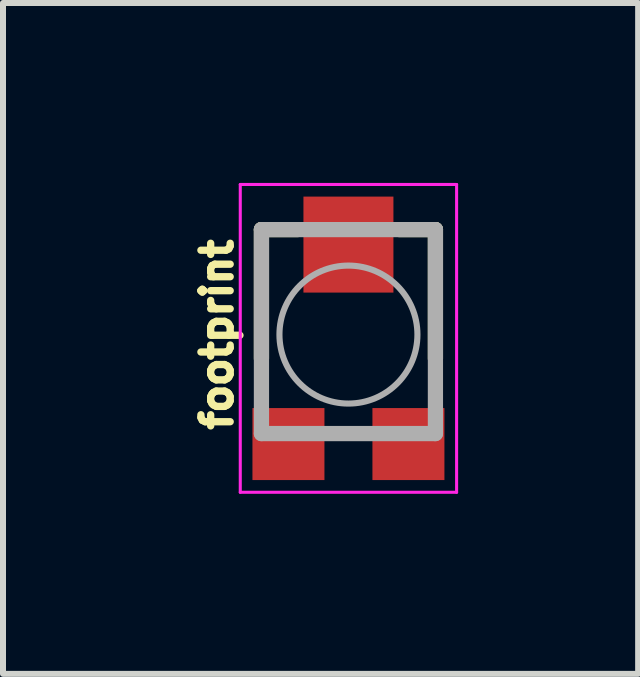
<source format=kicad_pcb>
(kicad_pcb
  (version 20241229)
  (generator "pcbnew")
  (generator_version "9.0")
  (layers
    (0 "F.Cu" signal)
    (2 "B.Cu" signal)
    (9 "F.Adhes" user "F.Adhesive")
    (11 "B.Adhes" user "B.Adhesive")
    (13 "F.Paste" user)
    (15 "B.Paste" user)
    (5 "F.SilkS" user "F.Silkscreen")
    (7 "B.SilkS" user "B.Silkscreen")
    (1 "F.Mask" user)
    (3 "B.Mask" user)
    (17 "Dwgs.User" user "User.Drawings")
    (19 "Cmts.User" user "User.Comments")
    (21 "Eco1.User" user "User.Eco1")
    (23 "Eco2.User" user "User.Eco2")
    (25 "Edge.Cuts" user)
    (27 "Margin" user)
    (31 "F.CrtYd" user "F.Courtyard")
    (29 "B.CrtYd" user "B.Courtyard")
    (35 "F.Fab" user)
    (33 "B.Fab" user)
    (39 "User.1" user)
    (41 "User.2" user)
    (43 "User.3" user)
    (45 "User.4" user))
  (footprint "footprint"
    (layer "F.Cu")
    (at 2.758 2.527)
    (property "Reference" "footprint" (at -1.905 0 90) (layer "F.SilkS") (effects (font (size 0.488 0.488) (thickness 0.122)) (justify bottom)))
    (fp_line (start -1.45 -1.75) (end -0.85 -1.75) (stroke (width 0.254) (type solid)) (layer "F.SilkS"))
    (fp_line (start -1.45 0.4) (end -1.45 -1.75) (stroke (width 0.254) (type solid)) (layer "F.SilkS"))
    (fp_line (start 1.45 -1.75) (end 0.85 -1.75) (stroke (width 0.254) (type solid)) (layer "F.SilkS"))
    (fp_line (start 1.45 0.4) (end 1.45 -1.75) (stroke (width 0.254) (type solid)) (layer "F.SilkS"))
    (fp_line (start -1.803 -2.502) (end 1.803 -2.502) (stroke (width 0.051) (type solid)) (layer "F.CrtYd"))
    (fp_line (start -1.803 2.629) (end -1.803 -2.502) (stroke (width 0.051) (type solid)) (layer "F.CrtYd"))
    (fp_line (start 1.803 -2.502) (end 1.803 2.629) (stroke (width 0.051) (type solid)) (layer "F.CrtYd"))
    (fp_line (start 1.803 2.629) (end -1.803 2.629) (stroke (width 0.051) (type solid)) (layer "F.CrtYd"))
    (fp_line (start -1.45 -1.75) (end -1.45 1.65) (stroke (width 0.254) (type solid)) (layer "F.Fab"))
    (fp_line (start -1.45 1.65) (end 1.45 1.65) (stroke (width 0.254) (type solid)) (layer "F.Fab"))
    (fp_line (start 1.45 -1.75) (end -1.45 -1.75) (stroke (width 0.254) (type solid)) (layer "F.Fab"))
    (fp_line (start 1.45 1.65) (end 1.45 -1.75) (stroke (width 0.254) (type solid)) (layer "F.Fab"))
    (fp_circle (center 0 0) (end 1.15 0) (stroke (width 0.102) (type solid)) (fill no) (layer "F.Fab"))
    (pad "1" smd rect (at -1 1.825) (size 1.2 1.2) (layers "F.Cu" "F.Mask" "F.Paste"))
    (pad "2" smd rect (at 0 -1.5) (size 1.5 1.6) (layers "F.Cu" "F.Mask" "F.Paste"))
    (pad "3" smd rect (at 1 1.825) (size 1.2 1.2) (layers "F.Cu" "F.Mask" "F.Paste")))
  (gr_rect
    (start -3 -3)
    (end 7.587 8.182)
    (stroke (width 0.1) (type default))
    (fill no)
    (layer "Edge.Cuts")))
</source>
